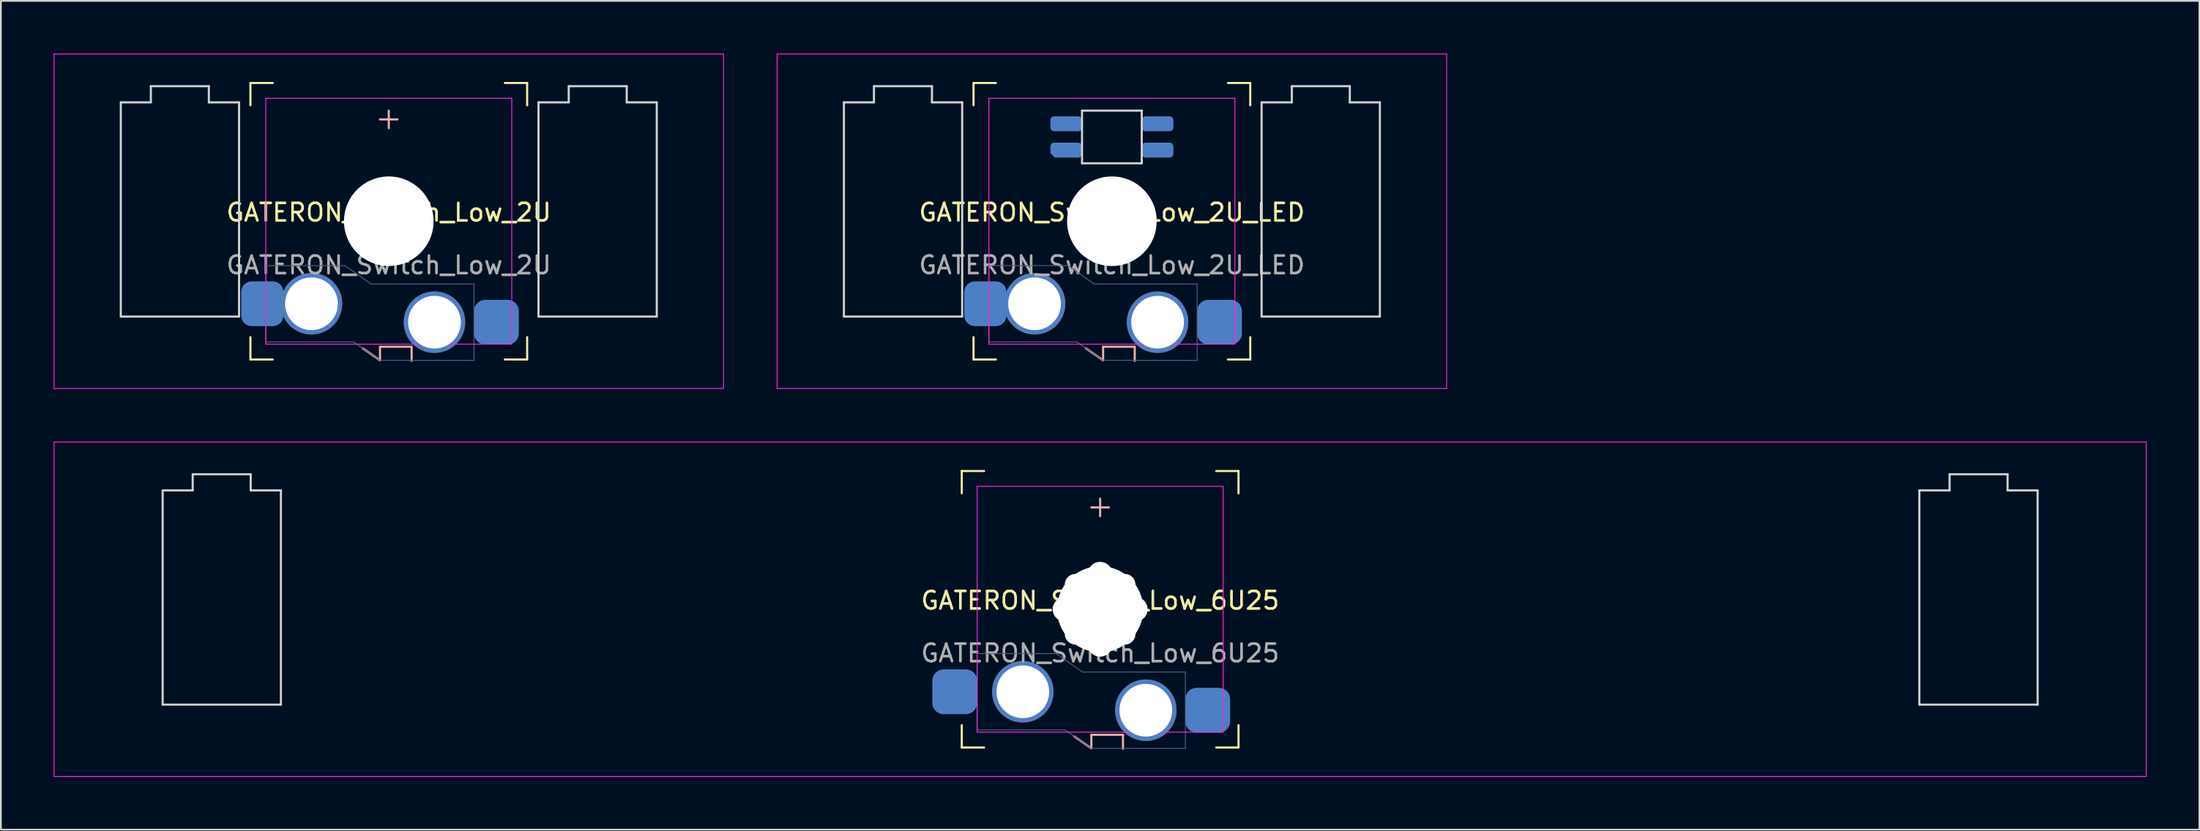
<source format=kicad_pcb>
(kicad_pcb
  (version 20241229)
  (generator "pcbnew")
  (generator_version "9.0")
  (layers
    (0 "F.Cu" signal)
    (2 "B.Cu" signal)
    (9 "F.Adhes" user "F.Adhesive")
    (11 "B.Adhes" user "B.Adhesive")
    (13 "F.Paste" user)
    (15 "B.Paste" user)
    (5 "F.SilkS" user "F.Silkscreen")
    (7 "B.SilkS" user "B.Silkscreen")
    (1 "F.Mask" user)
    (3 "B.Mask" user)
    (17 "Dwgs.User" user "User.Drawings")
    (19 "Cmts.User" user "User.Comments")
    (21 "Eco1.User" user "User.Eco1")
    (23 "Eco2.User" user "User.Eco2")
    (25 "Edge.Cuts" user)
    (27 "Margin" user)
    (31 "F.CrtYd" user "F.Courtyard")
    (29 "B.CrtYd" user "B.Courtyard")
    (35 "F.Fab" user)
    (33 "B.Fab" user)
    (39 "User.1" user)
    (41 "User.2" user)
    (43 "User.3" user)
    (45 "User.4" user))
  (footprint "GATERON_Switch_Low_6U25"
    (layer "F.Cu")
    (at 59.556 31.65)
    (property "Reference" "GATERON_Switch_Low_6U25" (at 0 -0.5 0) (unlocked yes) (layer "F.SilkS") (effects (font (size 1 1) (thickness 0.15))))
    (attr smd)
    (fp_line (start -7.874 -7.874) (end -6.604 -7.874) (stroke (width 0.12) (type default)) (layer "F.SilkS"))
    (fp_line (start -7.874 -6.604) (end -7.874 -7.874) (stroke (width 0.12) (type default)) (layer "F.SilkS"))
    (fp_line (start -7.874 6.604) (end -7.874 7.874) (stroke (width 0.12) (type default)) (layer "F.SilkS"))
    (fp_line (start -7.874 7.874) (end -6.604 7.874) (stroke (width 0.12) (type default)) (layer "F.SilkS"))
    (fp_line (start 7.874 -7.874) (end 6.604 -7.874) (stroke (width 0.12) (type default)) (layer "F.SilkS"))
    (fp_line (start 7.874 -6.604) (end 7.874 -7.874) (stroke (width 0.12) (type default)) (layer "F.SilkS"))
    (fp_line (start 7.874 6.604) (end 7.874 7.874) (stroke (width 0.12) (type default)) (layer "F.SilkS"))
    (fp_line (start 7.874 7.874) (end 6.604 7.874) (stroke (width 0.12) (type default)) (layer "F.SilkS"))
    (fp_line (start -1.48 7.24) (end -0.5 7.92) (stroke (width 0.12) (type default)) (layer "B.SilkS"))
    (fp_line (start -0.5 -5.8) (end 0.5 -5.8) (stroke (width 0.12) (type default)) (layer "B.SilkS"))
    (fp_line (start -0.5 7.15) (end 1.3 7.15) (stroke (width 0.12) (type default)) (layer "B.SilkS"))
    (fp_line (start -0.5 7.92) (end -0.5 7.15) (stroke (width 0.12) (type default)) (layer "B.SilkS"))
    (fp_line (start 0 -6.3) (end 0 -5.3) (stroke (width 0.12) (type default)) (layer "B.SilkS"))
    (fp_line (start 1.3 7.15) (end 1.3 7.95) (stroke (width 0.12) (type default)) (layer "B.SilkS"))
    (fp_line (start -53.35 -6.77) (end -51.64 -6.77) (stroke (width 0.12) (type default)) (layer "Edge.Cuts"))
    (fp_line (start -53.35 5.43) (end -53.35 -6.77) (stroke (width 0.12) (type default)) (layer "Edge.Cuts"))
    (fp_line (start -51.64 -7.69) (end -48.34 -7.69) (stroke (width 0.12) (type default)) (layer "Edge.Cuts"))
    (fp_line (start -51.64 -6.77) (end -51.64 -7.69) (stroke (width 0.12) (type default)) (layer "Edge.Cuts"))
    (fp_line (start -48.34 -7.69) (end -48.34 -6.77) (stroke (width 0.12) (type default)) (layer "Edge.Cuts"))
    (fp_line (start -48.34 -6.77) (end -46.62 -6.77) (stroke (width 0.12) (type default)) (layer "Edge.Cuts"))
    (fp_line (start -46.62 -6.77) (end -46.62 5.43) (stroke (width 0.12) (type default)) (layer "Edge.Cuts"))
    (fp_line (start -46.62 5.43) (end -53.35 5.43) (stroke (width 0.12) (type default)) (layer "Edge.Cuts"))
    (fp_line (start 46.62 -6.77) (end 48.34 -6.77) (stroke (width 0.12) (type default)) (layer "Edge.Cuts"))
    (fp_line (start 46.62 5.43) (end 46.62 -6.77) (stroke (width 0.12) (type default)) (layer "Edge.Cuts"))
    (fp_line (start 46.62 5.43) (end 53.35 5.43) (stroke (width 0.12) (type default)) (layer "Edge.Cuts"))
    (fp_line (start 48.34 -7.69) (end 51.64 -7.69) (stroke (width 0.12) (type default)) (layer "Edge.Cuts"))
    (fp_line (start 48.34 -6.77) (end 48.34 -7.69) (stroke (width 0.12) (type default)) (layer "Edge.Cuts"))
    (fp_line (start 51.64 -7.69) (end 51.64 -6.77) (stroke (width 0.12) (type default)) (layer "Edge.Cuts"))
    (fp_line (start 53.35 -6.77) (end 51.64 -6.77) (stroke (width 0.12) (type default)) (layer "Edge.Cuts"))
    (fp_line (start 53.35 5.43) (end 53.35 -6.77) (stroke (width 0.12) (type default)) (layer "Edge.Cuts"))
    (fp_line (start -59.531 -9.525) (end -59.531 9.525) (stroke (width 0.05) (type default)) (layer "F.CrtYd"))
    (fp_line (start -59.531 -9.525) (end 59.531 -9.525) (stroke (width 0.05) (type default)) (layer "F.CrtYd"))
    (fp_line (start -59.531 9.525) (end 59.531 9.525) (stroke (width 0.05) (type default)) (layer "F.CrtYd"))
    (fp_line (start -7 -7) (end -7 7) (stroke (width 0.05) (type default)) (layer "F.CrtYd"))
    (fp_line (start -7 -7) (end 7 -7) (stroke (width 0.05) (type default)) (layer "F.CrtYd"))
    (fp_line (start -7 7) (end 7 7) (stroke (width 0.05) (type default)) (layer "F.CrtYd"))
    (fp_line (start 7 -7) (end 7 7) (stroke (width 0.05) (type default)) (layer "F.CrtYd"))
    (fp_line (start 59.531 -9.525) (end 59.531 9.525) (stroke (width 0.05) (type default)) (layer "F.CrtYd"))
    (fp_line (start -7 2.525) (end -7 6.875) (stroke (width 0.05) (type default)) (layer "B.Fab"))
    (fp_line (start -7 2.525) (end -2.5 2.525) (stroke (width 0.05) (type default)) (layer "B.Fab"))
    (fp_line (start -7 6.875) (end -2 6.875) (stroke (width 0.05) (type default)) (layer "B.Fab"))
    (fp_line (start -2.5 2.525) (end -1 3.58) (stroke (width 0.05) (type default)) (layer "B.Fab"))
    (fp_line (start -2 6.875) (end -0.5 7.92) (stroke (width 0.05) (type default)) (layer "B.Fab"))
    (fp_line (start -1 3.575) (end 4.85 3.575) (stroke (width 0.05) (type default)) (layer "B.Fab"))
    (fp_line (start 4.85 3.575) (end 4.85 7.925) (stroke (width 0.05) (type default)) (layer "B.Fab"))
    (fp_line (start 4.85 7.925) (end -0.5 7.92) (stroke (width 0.05) (type default)) (layer "B.Fab"))
    (fp_text user "${REFERENCE}" (at 0 2.5 0) (unlocked yes) (layer "F.Fab") (effects (font (size 1 1) (thickness 0.15))))
    (pad "" np_thru_hole circle (at -2 0) (size 1.4 1.4) (drill 1.4) (layers "*.Cu" "*.Mask"))
    (pad "" np_thru_hole circle (at -1.41 -1.41) (size 1.2 1.2) (drill 1.2) (layers "*.Cu" "*.Mask"))
    (pad "" np_thru_hole circle (at -1.41 1.41) (size 1.2 1.2) (drill 1.2) (layers "*.Cu" "*.Mask"))
    (pad "" np_thru_hole circle (at 0 -2) (size 1.4 1.4) (drill 1.4) (layers "*.Cu" "*.Mask"))
    (pad "" np_thru_hole circle (at 0 0) (size 4.9 4.9) (drill 4.9) (layers "*.Cu" "*.Mask"))
    (pad "" np_thru_hole circle (at 0 2) (size 1.4 1.4) (drill 1.4) (layers "*.Cu" "*.Mask"))
    (pad "" np_thru_hole circle (at 1.41 -1.41) (size 1.2 1.2) (drill 1.2) (layers "*.Cu" "*.Mask"))
    (pad "" np_thru_hole circle (at 1.41 1.41) (size 1.2 1.2) (drill 1.2) (layers "*.Cu" "*.Mask"))
    (pad "" np_thru_hole circle (at 2 0) (size 1.4 1.4) (drill 1.4) (layers "*.Cu" "*.Mask"))
    (pad "1" smd roundrect (at -8.275 4.7) (size 2.55 2.55) (layers "B.Cu" "B.Mask" "B.Paste") (roundrect_rratio 0.25))
    (pad "1" thru_hole circle (at -4.4 4.7) (size 3.5 3.5) (drill 3) (layers "*.Cu" "*.Mask"))
    (pad "2" thru_hole circle (at 2.6 5.75) (size 3.5 3.5) (drill 3) (layers "*.Cu" "*.Mask"))
    (pad "2" smd roundrect (at 6.125 5.75) (size 2.55 2.55) (layers "B.Cu" "B.Mask" "B.Paste") (roundrect_rratio 0.25)))
  (footprint "GATERON_Switch_Low_2U_LED"
    (layer "F.Cu")
    (at 60.225 9.55)
    (property "Reference" "GATERON_Switch_Low_2U_LED" (at 0 -0.5 0) (unlocked yes) (layer "F.SilkS") (effects (font (size 1 1) (thickness 0.15))))
    (attr smd)
    (fp_line (start -7.874 -7.874) (end -6.604 -7.874) (stroke (width 0.12) (type default)) (layer "F.SilkS"))
    (fp_line (start -7.874 -6.604) (end -7.874 -7.874) (stroke (width 0.12) (type default)) (layer "F.SilkS"))
    (fp_line (start -7.874 6.604) (end -7.874 7.874) (stroke (width 0.12) (type default)) (layer "F.SilkS"))
    (fp_line (start -7.874 7.874) (end -6.604 7.874) (stroke (width 0.12) (type default)) (layer "F.SilkS"))
    (fp_line (start 7.874 -7.874) (end 6.604 -7.874) (stroke (width 0.12) (type default)) (layer "F.SilkS"))
    (fp_line (start 7.874 -6.604) (end 7.874 -7.874) (stroke (width 0.12) (type default)) (layer "F.SilkS"))
    (fp_line (start 7.874 6.604) (end 7.874 7.874) (stroke (width 0.12) (type default)) (layer "F.SilkS"))
    (fp_line (start 7.874 7.874) (end 6.604 7.874) (stroke (width 0.12) (type default)) (layer "F.SilkS"))
    (fp_line (start -1.48 7.24) (end -0.5 7.92) (stroke (width 0.12) (type default)) (layer "B.SilkS"))
    (fp_line (start -0.5 7.15) (end 1.3 7.15) (stroke (width 0.12) (type default)) (layer "B.SilkS"))
    (fp_line (start -0.5 7.92) (end -0.5 7.15) (stroke (width 0.12) (type default)) (layer "B.SilkS"))
    (fp_line (start 1.3 7.15) (end 1.3 7.95) (stroke (width 0.12) (type default)) (layer "B.SilkS"))
    (fp_line (start -15.25 -6.77) (end -13.54 -6.77) (stroke (width 0.12) (type default)) (layer "Edge.Cuts"))
    (fp_line (start -15.25 5.43) (end -15.25 -6.77) (stroke (width 0.12) (type default)) (layer "Edge.Cuts"))
    (fp_line (start -13.54 -7.69) (end -10.24 -7.69) (stroke (width 0.12) (type default)) (layer "Edge.Cuts"))
    (fp_line (start -13.54 -6.77) (end -13.54 -7.69) (stroke (width 0.12) (type default)) (layer "Edge.Cuts"))
    (fp_line (start -10.24 -7.69) (end -10.24 -6.77) (stroke (width 0.12) (type default)) (layer "Edge.Cuts"))
    (fp_line (start -10.24 -6.77) (end -8.52 -6.77) (stroke (width 0.12) (type default)) (layer "Edge.Cuts"))
    (fp_line (start -8.52 -6.77) (end -8.52 5.43) (stroke (width 0.12) (type default)) (layer "Edge.Cuts"))
    (fp_line (start -8.52 5.43) (end -15.25 5.43) (stroke (width 0.12) (type default)) (layer "Edge.Cuts"))
    (fp_line (start -1.7 -6.3) (end -1.7 -3.3) (stroke (width 0.12) (type default)) (layer "Edge.Cuts"))
    (fp_line (start -1.7 -6.3) (end 1.7 -6.3) (stroke (width 0.12) (type default)) (layer "Edge.Cuts"))
    (fp_line (start -1.7 -3.3) (end 1.7 -3.3) (stroke (width 0.12) (type default)) (layer "Edge.Cuts"))
    (fp_line (start 1.7 -6.3) (end 1.7 -3.3) (stroke (width 0.12) (type default)) (layer "Edge.Cuts"))
    (fp_line (start 8.52 -6.77) (end 10.24 -6.77) (stroke (width 0.12) (type default)) (layer "Edge.Cuts"))
    (fp_line (start 8.52 5.43) (end 8.52 -6.77) (stroke (width 0.12) (type default)) (layer "Edge.Cuts"))
    (fp_line (start 8.52 5.43) (end 15.25 5.43) (stroke (width 0.12) (type default)) (layer "Edge.Cuts"))
    (fp_line (start 10.24 -7.69) (end 13.54 -7.69) (stroke (width 0.12) (type default)) (layer "Edge.Cuts"))
    (fp_line (start 10.24 -6.77) (end 10.24 -7.69) (stroke (width 0.12) (type default)) (layer "Edge.Cuts"))
    (fp_line (start 13.54 -7.69) (end 13.54 -6.77) (stroke (width 0.12) (type default)) (layer "Edge.Cuts"))
    (fp_line (start 15.25 -6.77) (end 13.54 -6.77) (stroke (width 0.12) (type default)) (layer "Edge.Cuts"))
    (fp_line (start 15.25 5.43) (end 15.25 -6.77) (stroke (width 0.12) (type default)) (layer "Edge.Cuts"))
    (fp_line (start -19.05 -9.525) (end -19.05 9.525) (stroke (width 0.05) (type default)) (layer "F.CrtYd"))
    (fp_line (start -19.05 -9.525) (end 19.05 -9.525) (stroke (width 0.05) (type default)) (layer "F.CrtYd"))
    (fp_line (start -19.05 9.525) (end 19.05 9.525) (stroke (width 0.05) (type default)) (layer "F.CrtYd"))
    (fp_line (start -7 -7) (end -7 7) (stroke (width 0.05) (type default)) (layer "F.CrtYd"))
    (fp_line (start -7 -7) (end 7 -7) (stroke (width 0.05) (type default)) (layer "F.CrtYd"))
    (fp_line (start -7 7) (end 7 7) (stroke (width 0.05) (type default)) (layer "F.CrtYd"))
    (fp_line (start 7 -7) (end 7 7) (stroke (width 0.05) (type default)) (layer "F.CrtYd"))
    (fp_line (start 19.05 -9.525) (end 19.05 9.525) (stroke (width 0.05) (type default)) (layer "F.CrtYd"))
    (fp_line (start -7 2.525) (end -7 6.875) (stroke (width 0.05) (type default)) (layer "B.Fab"))
    (fp_line (start -7 2.525) (end -2.5 2.525) (stroke (width 0.05) (type default)) (layer "B.Fab"))
    (fp_line (start -7 6.875) (end -2 6.875) (stroke (width 0.05) (type default)) (layer "B.Fab"))
    (fp_line (start -2.5 2.525) (end -1 3.58) (stroke (width 0.05) (type default)) (layer "B.Fab"))
    (fp_line (start -2 6.875) (end -0.5 7.92) (stroke (width 0.05) (type default)) (layer "B.Fab"))
    (fp_line (start -1 3.575) (end 4.85 3.575) (stroke (width 0.05) (type default)) (layer "B.Fab"))
    (fp_line (start 4.85 3.575) (end 4.85 7.925) (stroke (width 0.05) (type default)) (layer "B.Fab"))
    (fp_line (start 4.85 7.925) (end -0.5 7.92) (stroke (width 0.05) (type default)) (layer "B.Fab"))
    (fp_text user "${REFERENCE}" (at 0 2.5 0) (unlocked yes) (layer "F.Fab") (effects (font (size 1 1) (thickness 0.15))))
    (pad "" np_thru_hole circle (at 0 0) (size 5.1 5.1) (drill 5.1) (layers "*.Cu" "*.Mask"))
    (pad "1" smd roundrect (at -7.2 4.7) (size 2.4 2.55) (layers "B.Cu" "B.Mask" "B.Paste") (roundrect_rratio 0.25))
    (pad "1" thru_hole circle (at -4.4 4.7) (size 3.5 3.5) (drill 3) (layers "*.Cu" "*.Mask"))
    (pad "2" thru_hole circle (at 2.6 5.75) (size 3.5 3.5) (drill 3) (layers "*.Cu" "*.Mask"))
    (pad "2" smd roundrect (at 6.125 5.75) (size 2.55 2.55) (layers "B.Cu" "B.Mask" "B.Paste") (roundrect_rratio 0.25))
    (pad "G" smd roundrect (at -2.6 -4.05) (size 1.8 0.85) (layers "B.Cu" "B.Mask" "B.Paste") (roundrect_rratio 0.25) (chamfer_ratio 0.3) (chamfer bottom_left))
    (pad "I" smd roundrect (at -2.6 -5.55) (size 1.8 0.85) (layers "B.Cu" "B.Mask" "B.Paste") (roundrect_rratio 0.25))
    (pad "O" smd roundrect (at 2.6 -4.05) (size 1.8 0.85) (layers "B.Cu" "B.Mask" "B.Paste") (roundrect_rratio 0.25))
    (pad "V" smd roundrect (at 2.6 -5.55) (size 1.8 0.85) (layers "B.Cu" "B.Mask" "B.Paste") (roundrect_rratio 0.25)))
  (footprint "GATERON_Switch_Low_2U"
    (layer "F.Cu")
    (at 19.075 9.55)
    (property "Reference" "GATERON_Switch_Low_2U" (at 0 -0.5 0) (unlocked yes) (layer "F.SilkS") (effects (font (size 1 1) (thickness 0.15))))
    (attr smd)
    (fp_line (start -7.874 -7.874) (end -6.604 -7.874) (stroke (width 0.12) (type default)) (layer "F.SilkS"))
    (fp_line (start -7.874 -6.604) (end -7.874 -7.874) (stroke (width 0.12) (type default)) (layer "F.SilkS"))
    (fp_line (start -7.874 6.604) (end -7.874 7.874) (stroke (width 0.12) (type default)) (layer "F.SilkS"))
    (fp_line (start -7.874 7.874) (end -6.604 7.874) (stroke (width 0.12) (type default)) (layer "F.SilkS"))
    (fp_line (start 7.874 -7.874) (end 6.604 -7.874) (stroke (width 0.12) (type default)) (layer "F.SilkS"))
    (fp_line (start 7.874 -6.604) (end 7.874 -7.874) (stroke (width 0.12) (type default)) (layer "F.SilkS"))
    (fp_line (start 7.874 6.604) (end 7.874 7.874) (stroke (width 0.12) (type default)) (layer "F.SilkS"))
    (fp_line (start 7.874 7.874) (end 6.604 7.874) (stroke (width 0.12) (type default)) (layer "F.SilkS"))
    (fp_line (start -1.48 7.24) (end -0.5 7.92) (stroke (width 0.12) (type default)) (layer "B.SilkS"))
    (fp_line (start -0.5 -5.8) (end 0.5 -5.8) (stroke (width 0.12) (type default)) (layer "B.SilkS"))
    (fp_line (start -0.5 7.15) (end 1.3 7.15) (stroke (width 0.12) (type default)) (layer "B.SilkS"))
    (fp_line (start -0.5 7.92) (end -0.5 7.15) (stroke (width 0.12) (type default)) (layer "B.SilkS"))
    (fp_line (start 0 -6.3) (end 0 -5.3) (stroke (width 0.12) (type default)) (layer "B.SilkS"))
    (fp_line (start 1.3 7.15) (end 1.3 7.95) (stroke (width 0.12) (type default)) (layer "B.SilkS"))
    (fp_line (start -15.25 -6.77) (end -13.54 -6.77) (stroke (width 0.12) (type default)) (layer "Edge.Cuts"))
    (fp_line (start -15.25 5.43) (end -15.25 -6.77) (stroke (width 0.12) (type default)) (layer "Edge.Cuts"))
    (fp_line (start -13.54 -7.69) (end -10.24 -7.69) (stroke (width 0.12) (type default)) (layer "Edge.Cuts"))
    (fp_line (start -13.54 -6.77) (end -13.54 -7.69) (stroke (width 0.12) (type default)) (layer "Edge.Cuts"))
    (fp_line (start -10.24 -7.69) (end -10.24 -6.77) (stroke (width 0.12) (type default)) (layer "Edge.Cuts"))
    (fp_line (start -10.24 -6.77) (end -8.52 -6.77) (stroke (width 0.12) (type default)) (layer "Edge.Cuts"))
    (fp_line (start -8.52 -6.77) (end -8.52 5.43) (stroke (width 0.12) (type default)) (layer "Edge.Cuts"))
    (fp_line (start -8.52 5.43) (end -15.25 5.43) (stroke (width 0.12) (type default)) (layer "Edge.Cuts"))
    (fp_line (start 8.52 -6.77) (end 10.24 -6.77) (stroke (width 0.12) (type default)) (layer "Edge.Cuts"))
    (fp_line (start 8.52 5.43) (end 8.52 -6.77) (stroke (width 0.12) (type default)) (layer "Edge.Cuts"))
    (fp_line (start 8.52 5.43) (end 15.25 5.43) (stroke (width 0.12) (type default)) (layer "Edge.Cuts"))
    (fp_line (start 10.24 -7.69) (end 13.54 -7.69) (stroke (width 0.12) (type default)) (layer "Edge.Cuts"))
    (fp_line (start 10.24 -6.77) (end 10.24 -7.69) (stroke (width 0.12) (type default)) (layer "Edge.Cuts"))
    (fp_line (start 13.54 -7.69) (end 13.54 -6.77) (stroke (width 0.12) (type default)) (layer "Edge.Cuts"))
    (fp_line (start 15.25 -6.77) (end 13.54 -6.77) (stroke (width 0.12) (type default)) (layer "Edge.Cuts"))
    (fp_line (start 15.25 5.43) (end 15.25 -6.77) (stroke (width 0.12) (type default)) (layer "Edge.Cuts"))
    (fp_line (start -19.05 -9.525) (end -19.05 9.525) (stroke (width 0.05) (type default)) (layer "F.CrtYd"))
    (fp_line (start -19.05 -9.525) (end 19.05 -9.525) (stroke (width 0.05) (type default)) (layer "F.CrtYd"))
    (fp_line (start -19.05 9.525) (end 19.05 9.525) (stroke (width 0.05) (type default)) (layer "F.CrtYd"))
    (fp_line (start -7 -7) (end -7 7) (stroke (width 0.05) (type default)) (layer "F.CrtYd"))
    (fp_line (start -7 -7) (end 7 -7) (stroke (width 0.05) (type default)) (layer "F.CrtYd"))
    (fp_line (start -7 7) (end 7 7) (stroke (width 0.05) (type default)) (layer "F.CrtYd"))
    (fp_line (start 7 -7) (end 7 7) (stroke (width 0.05) (type default)) (layer "F.CrtYd"))
    (fp_line (start 19.05 -9.525) (end 19.05 9.525) (stroke (width 0.05) (type default)) (layer "F.CrtYd"))
    (fp_line (start -7 2.525) (end -7 6.875) (stroke (width 0.05) (type default)) (layer "B.Fab"))
    (fp_line (start -7 2.525) (end -2.5 2.525) (stroke (width 0.05) (type default)) (layer "B.Fab"))
    (fp_line (start -7 6.875) (end -2 6.875) (stroke (width 0.05) (type default)) (layer "B.Fab"))
    (fp_line (start -2.5 2.525) (end -1 3.58) (stroke (width 0.05) (type default)) (layer "B.Fab"))
    (fp_line (start -2 6.875) (end -0.5 7.92) (stroke (width 0.05) (type default)) (layer "B.Fab"))
    (fp_line (start -1 3.575) (end 4.85 3.575) (stroke (width 0.05) (type default)) (layer "B.Fab"))
    (fp_line (start 4.85 3.575) (end 4.85 7.925) (stroke (width 0.05) (type default)) (layer "B.Fab"))
    (fp_line (start 4.85 7.925) (end -0.5 7.92) (stroke (width 0.05) (type default)) (layer "B.Fab"))
    (fp_text user "${REFERENCE}" (at 0 2.5 0) (unlocked yes) (layer "F.Fab") (effects (font (size 1 1) (thickness 0.15))))
    (pad "" np_thru_hole circle (at 0 0) (size 5.1 5.1) (drill 5.1) (layers "*.Cu" "*.Mask"))
    (pad "1" smd roundrect (at -7.2 4.7) (size 2.4 2.55) (layers "B.Cu" "B.Mask" "B.Paste") (roundrect_rratio 0.25))
    (pad "1" thru_hole circle (at -4.4 4.7) (size 3.5 3.5) (drill 3) (layers "*.Cu" "*.Mask"))
    (pad "2" thru_hole circle (at 2.6 5.75) (size 3.5 3.5) (drill 3) (layers "*.Cu" "*.Mask"))
    (pad "2" smd roundrect (at 6.125 5.75) (size 2.55 2.55) (layers "B.Cu" "B.Mask" "B.Paste") (roundrect_rratio 0.25)))
  (gr_rect
    (start -3 -3)
    (end 122.112 44.2)
    (stroke (width 0.1) (type default))
    (fill no)
    (layer "Edge.Cuts")))
</source>
